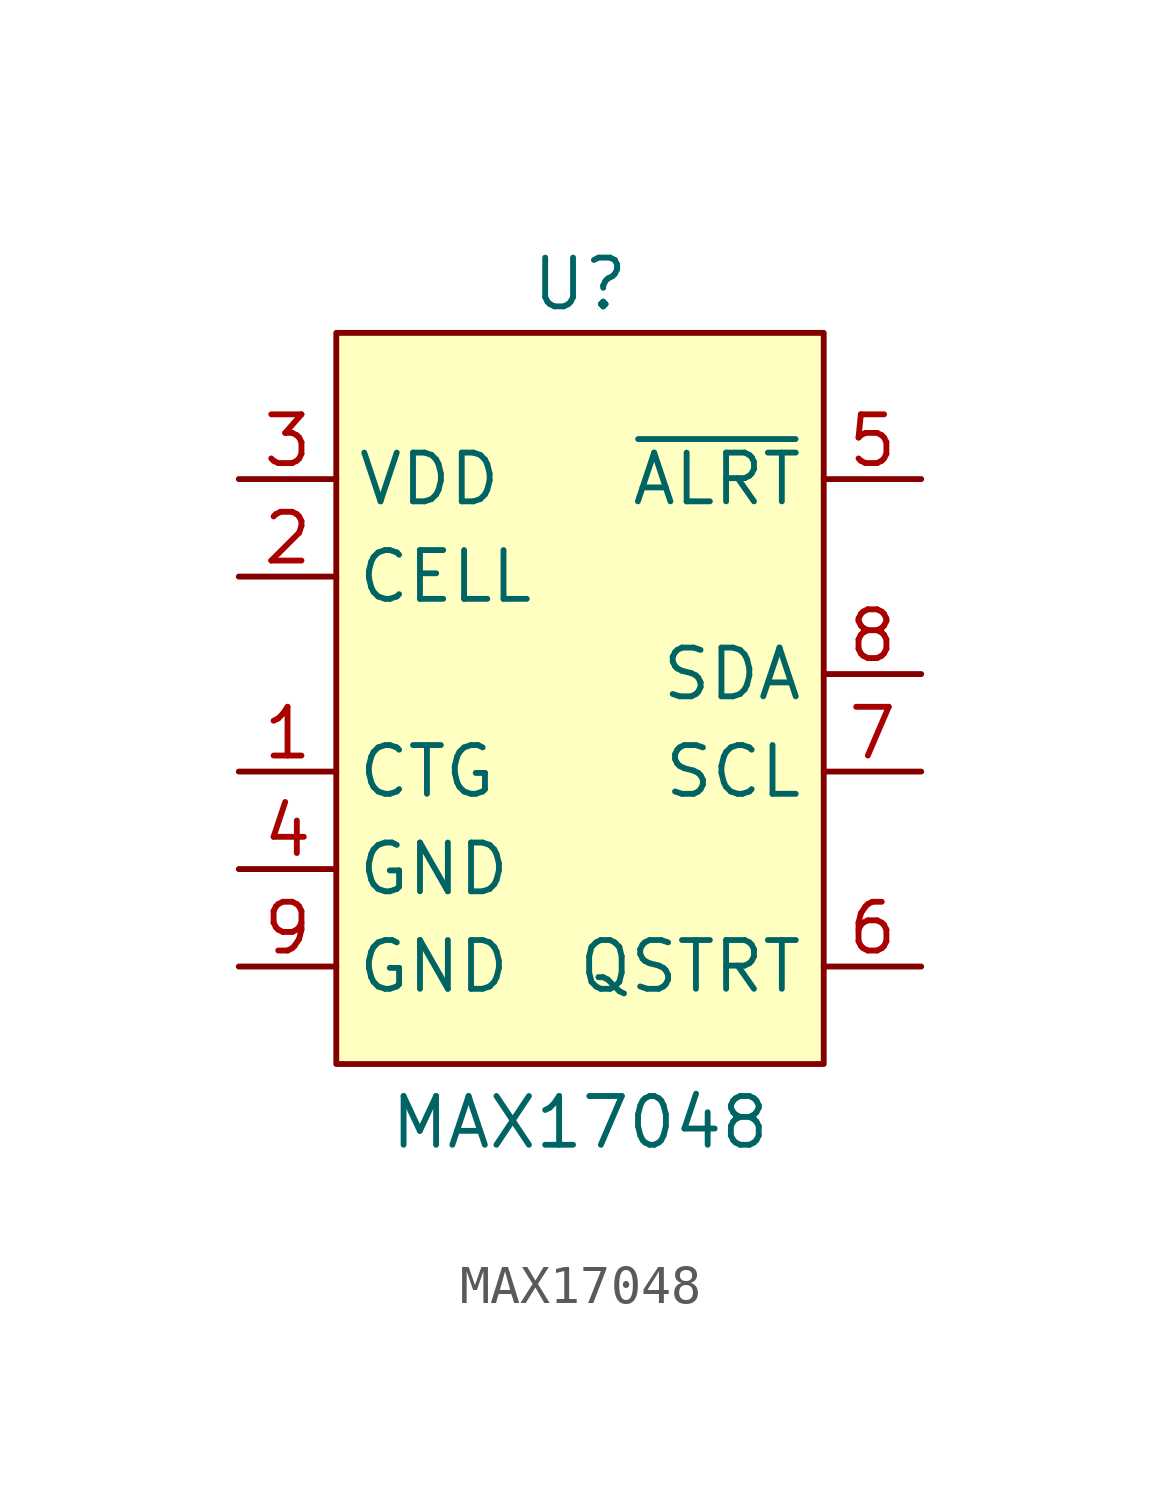
<source format=kicad_sym>
(kicad_symbol_lib
  (version 20241209)
  (generator "kicad_symbol_editor")
  (generator_version "9.0")
  (symbol "MAX17048"
    (property "Reference" "U"
      (at 0 10.16 0)
      (effects (font (size 1.27 1.27))))
    (property "Value" "MAX17048"
      (at 0 -11.684 0)
      (effects (font (size 1.27 1.27))))
    (symbol "MAX17048_0_0"
      (pin power_in line (at -8.89 5.08 0) (length 2.54) (name "VDD" (effects (font (size 1.27 1.27)))) (number "3" (effects (font (size 1.27 1.27)))))
      (pin unspecified line (at -8.89 2.54 0) (length 2.54) (name "CELL" (effects (font (size 1.27 1.27)))) (number "2" (effects (font (size 1.27 1.27)))))
      (pin unspecified line (at -8.89 -2.54 0) (length 2.54) (name "CTG" (effects (font (size 1.27 1.27)))) (number "1" (effects (font (size 1.27 1.27)))))
      (pin unspecified line (at -8.89 -5.08 0) (length 2.54) (name "GND" (effects (font (size 1.27 1.27)))) (number "4" (effects (font (size 1.27 1.27)))))
      (pin output line (at 8.89 5.08 180) (length 2.54) (name "~{ALRT}" (effects (font (size 1.27 1.27)))) (number "5" (effects (font (size 1.27 1.27)))))
      (pin bidirectional line (at 8.89 0 180) (length 2.54) (name "SDA" (effects (font (size 1.27 1.27)))) (number "8" (effects (font (size 1.27 1.27)))))
      (pin input line (at 8.89 -2.54 180) (length 2.54) (name "SCL" (effects (font (size 1.27 1.27)))) (number "7" (effects (font (size 1.27 1.27)))))
      (pin input line (at 8.89 -7.62 180) (length 2.54) (name "QSTRT" (effects (font (size 1.27 1.27)))) (number "6" (effects (font (size 1.27 1.27))))))
    (symbol "MAX17048_1_0"
      (pin unspecified line (at -8.89 -7.62 0) (length 2.54) (name "GND" (effects (font (size 1.27 1.27)))) (number "9" (effects (font (size 1.27 1.27))))))
    (symbol "MAX17048_1_1"
      (rectangle (start -6.35 8.89) (end 6.35 -10.16) (stroke (width 0) (type solid)) (fill (type background))))))
</source>
